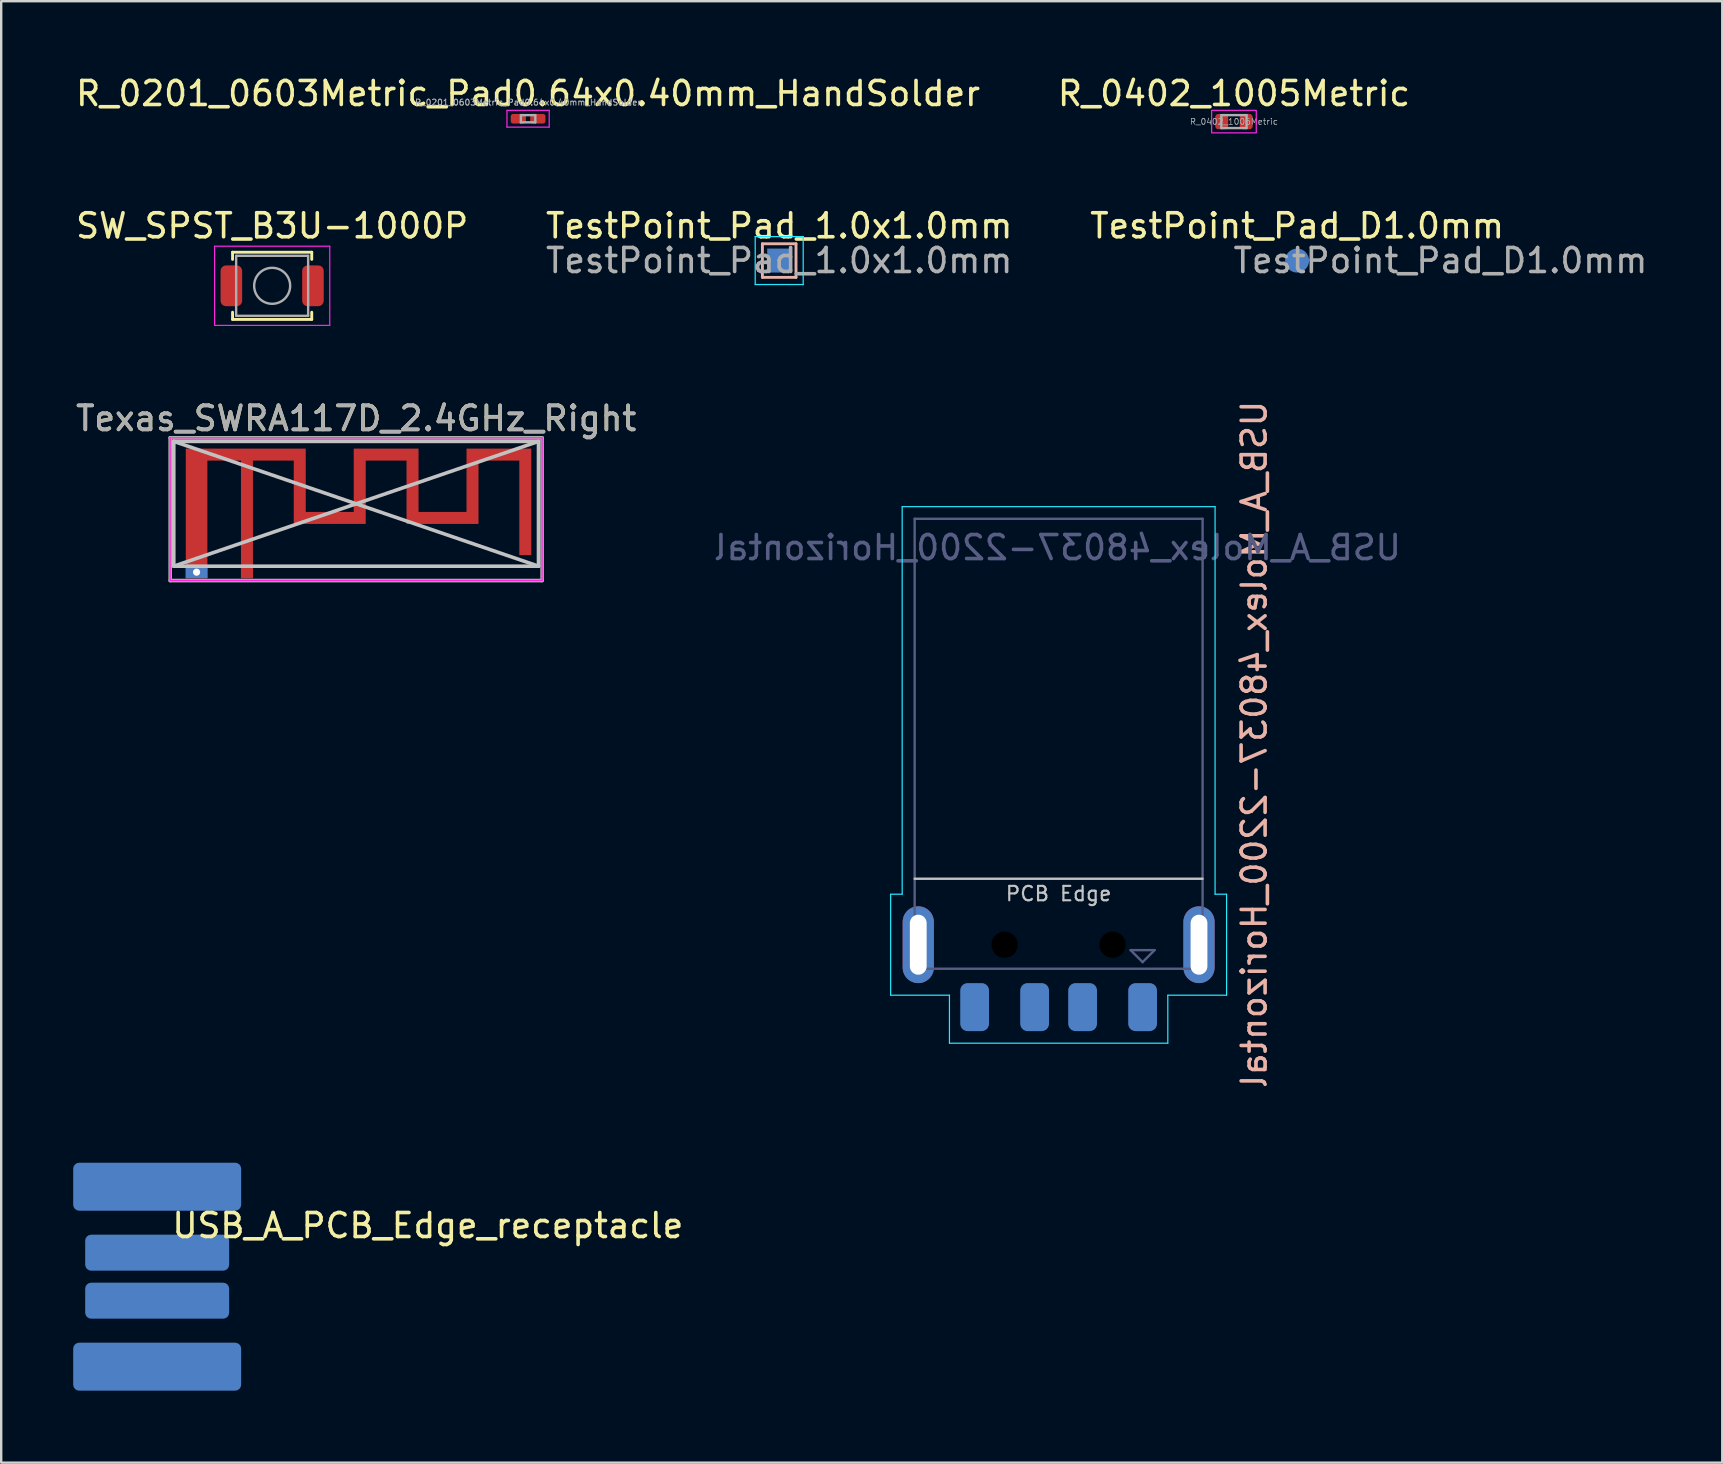
<source format=kicad_pcb>
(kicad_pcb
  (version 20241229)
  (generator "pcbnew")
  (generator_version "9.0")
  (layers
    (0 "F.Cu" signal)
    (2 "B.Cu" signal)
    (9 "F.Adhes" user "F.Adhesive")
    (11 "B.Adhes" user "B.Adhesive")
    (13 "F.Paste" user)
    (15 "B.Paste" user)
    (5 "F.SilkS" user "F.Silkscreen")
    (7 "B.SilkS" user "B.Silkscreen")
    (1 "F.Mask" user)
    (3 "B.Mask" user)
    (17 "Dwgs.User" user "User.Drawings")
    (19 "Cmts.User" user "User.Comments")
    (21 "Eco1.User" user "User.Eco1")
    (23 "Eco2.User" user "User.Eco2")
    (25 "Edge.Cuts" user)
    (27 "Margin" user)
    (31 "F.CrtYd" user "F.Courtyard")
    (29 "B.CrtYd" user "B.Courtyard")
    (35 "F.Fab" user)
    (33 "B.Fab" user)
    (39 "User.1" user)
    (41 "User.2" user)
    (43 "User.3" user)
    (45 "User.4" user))
  (footprint "USB_A_PCB_Edge_receptacle"
    (layer "F.Cu")
    (at 8.25 51.406)
    (property "Reference" "USB_A_PCB_Edge_receptacle" (at 6.53 -3.38 0) (layer "F.SilkS") (effects (font (size 1 1) (thickness 0.15))))
    (attr smd)
    (pad "1" smd roundrect (at -4.75 2.5) (size 7 2) (layers "B.Cu" "B.Mask") (roundrect_rratio 0.125))
    (pad "2" smd roundrect (at -4.75 -0.25) (size 6 1.5) (layers "B.Cu" "B.Mask") (roundrect_rratio 0.167))
    (pad "3" smd roundrect (at -4.75 -2.25) (size 6 1.5) (layers "B.Cu" "B.Mask") (roundrect_rratio 0.167))
    (pad "4" smd roundrect (at -4.75 -5) (size 7 2) (layers "B.Cu" "B.Mask") (roundrect_rratio 0.125)))
  (footprint "Texas_SWRA117D_2.4GHz_Right"
    (layer "F.Cu")
    (at 7.242 20.795)
    (property "Reference" "Texas_SWRA117D_2.4GHz_Right" (at 4.55 -6.41 0) (layer "F.SilkS") (effects (font (size 1 1) (thickness 0.15))))
    (attr exclude_from_pos_files exclude_from_bom)
    (fp_poly (pts (xy 2.45 -2.51) (xy 4.45 -2.51) (xy 4.45 -5.15) (xy 7.15 -5.15) (xy 7.15 -2.51) (xy 9.15 -2.51) (xy 9.15 -5.15) (xy 11.85 -5.15) (xy 11.85 -0.71) (xy 11.35 -0.71) (xy 11.35 -4.65) (xy 9.65 -4.65) (xy 9.65 -2.01) (xy 6.65 -2.01) (xy 6.65 -4.65) (xy 4.95 -4.65) (xy 4.95 -2.01) (xy 1.95 -2.01) (xy 1.95 -4.65) (xy 0.25 -4.65) (xy 0.25 0.25) (xy -0.25 0.25) (xy -0.25 -4.65) (xy -1.65 -4.65) (xy -1.65 0.25) (xy -2.55 0.25) (xy -2.55 0.007) (xy -2.248 0.007) (xy -2.238 0.054) (xy -2.214 0.097) (xy -2.176 0.13) (xy -2.168 0.134) (xy -2.125 0.146) (xy -2.077 0.145) (xy -2.031 0.132) (xy -2.013 0.122) (xy -1.979 0.087) (xy -1.958 0.041) (xy -1.952 -0.008) (xy -1.96 -0.056) (xy -1.977 -0.089) (xy -2.012 -0.121) (xy -2.058 -0.141) (xy -2.107 -0.148) (xy -2.155 -0.14) (xy -2.188 -0.123) (xy -2.223 -0.086) (xy -2.243 -0.042) (xy -2.248 0.007) (xy -2.55 0.007) (xy -2.55 -5.15) (xy 2.45 -5.15) (xy 2.45 -2.51)) (stroke (width 0) (type solid)) (fill yes) (layer "F.Cu"))
    (fp_line (start -3.05 -5.45) (end 12.15 -5.45) (stroke (width 0.15) (type solid)) (layer "Dwgs.User"))
    (fp_line (start -3.05 -5.45) (end 12.15 -0.25) (stroke (width 0.15) (type solid)) (layer "Dwgs.User"))
    (fp_line (start -3.05 -0.25) (end -3.05 -5.45) (stroke (width 0.15) (type solid)) (layer "Dwgs.User"))
    (fp_line (start -3.05 -0.25) (end 12.15 -5.45) (stroke (width 0.15) (type solid)) (layer "Dwgs.User"))
    (fp_line (start -3.05 -0.25) (end 12.15 -0.25) (stroke (width 0.15) (type solid)) (layer "Dwgs.User"))
    (fp_line (start 12.15 -0.25) (end 12.15 -5.45) (stroke (width 0.15) (type solid)) (layer "Dwgs.User"))
    (fp_line (start -3.2 -5.6) (end 12.3 -5.6) (stroke (width 0.05) (type solid)) (layer "F.CrtYd"))
    (fp_line (start -3.2 0.35) (end -3.2 -5.6) (stroke (width 0.05) (type solid)) (layer "F.CrtYd"))
    (fp_line (start 12.3 -5.6) (end 12.3 0.35) (stroke (width 0.05) (type solid)) (layer "F.CrtYd"))
    (fp_line (start 12.3 0.35) (end -3.2 0.35) (stroke (width 0.05) (type solid)) (layer "F.CrtYd"))
    (fp_line (start -3.2 -5.6) (end 12.3 -5.6) (stroke (width 0.15) (type solid)) (layer "F.Fab"))
    (fp_line (start -3.2 0.35) (end -3.2 -5.6) (stroke (width 0.15) (type solid)) (layer "F.Fab"))
    (fp_line (start 12.3 -5.6) (end 12.3 0.35) (stroke (width 0.15) (type solid)) (layer "F.Fab"))
    (fp_line (start 12.3 0.35) (end -3.2 0.35) (stroke (width 0.15) (type solid)) (layer "F.Fab"))
    (fp_text user "${REFERENCE}" (at 4.55 -6.4 0) (layer "F.Fab") (effects (font (size 1 1) (thickness 0.15))))
    (pad "1" connect rect (at 0 0) (size 0.5 0.5) (layers "F.Cu"))
    (pad "2" thru_hole rect (at -2.1 0) (size 0.9 0.5) (drill 0.3) (layers "*.Cu")))
  (footprint "R_0201_0603Metric_Pad0.64x0.40mm_HandSolder"
    (layer "F.Cu")
    (at 18.958 1.898)
    (property "Reference" "R_0201_0603Metric_Pad0.64x0.40mm_HandSolder" (at 0 -1.05 0) (layer "F.SilkS") (effects (font (size 1 1) (thickness 0.15))))
    (attr smd)
    (fp_line (start -0.88 -0.35) (end 0.88 -0.35) (stroke (width 0.05) (type solid)) (layer "F.CrtYd"))
    (fp_line (start -0.88 0.35) (end -0.88 -0.35) (stroke (width 0.05) (type solid)) (layer "F.CrtYd"))
    (fp_line (start 0.88 -0.35) (end 0.88 0.35) (stroke (width 0.05) (type solid)) (layer "F.CrtYd"))
    (fp_line (start 0.88 0.35) (end -0.88 0.35) (stroke (width 0.05) (type solid)) (layer "F.CrtYd"))
    (fp_line (start -0.3 -0.15) (end 0.3 -0.15) (stroke (width 0.1) (type solid)) (layer "F.Fab"))
    (fp_line (start -0.3 0.15) (end -0.3 -0.15) (stroke (width 0.1) (type solid)) (layer "F.Fab"))
    (fp_line (start 0.3 -0.15) (end 0.3 0.15) (stroke (width 0.1) (type solid)) (layer "F.Fab"))
    (fp_line (start 0.3 0.15) (end -0.3 0.15) (stroke (width 0.1) (type solid)) (layer "F.Fab"))
    (fp_text user "${REFERENCE}" (at 0 -0.68 0) (layer "F.Fab") (effects (font (size 0.25 0.25) (thickness 0.04))))
    (pad "" smd roundrect (at -0.432 0) (size 0.458 0.36) (layers "F.Paste") (roundrect_rratio 0.25))
    (pad "" smd roundrect (at 0.432 0) (size 0.458 0.36) (layers "F.Paste") (roundrect_rratio 0.25))
    (pad "1" smd roundrect (at -0.407 0) (size 0.635 0.4) (layers "F.Cu" "F.Mask") (roundrect_rratio 0.25))
    (pad "2" smd roundrect (at 0.407 0) (size 0.635 0.4) (layers "F.Cu" "F.Mask") (roundrect_rratio 0.25)))
  (footprint "SW_SPST_B3U-1000P"
    (layer "F.Cu")
    (at 8.292 8.861)
    (property "Reference" "SW_SPST_B3U-1000P" (at 0 -2.5 0) (layer "F.SilkS") (effects (font (size 1 1) (thickness 0.15))))
    (attr smd)
    (fp_line (start -1.65 -1.4) (end 1.65 -1.4) (stroke (width 0.12) (type solid)) (layer "F.SilkS"))
    (fp_line (start -1.65 -1.1) (end -1.65 -1.4) (stroke (width 0.12) (type solid)) (layer "F.SilkS"))
    (fp_line (start -1.65 1.1) (end -1.65 1.4) (stroke (width 0.12) (type solid)) (layer "F.SilkS"))
    (fp_line (start -1.65 1.4) (end 1.65 1.4) (stroke (width 0.12) (type solid)) (layer "F.SilkS"))
    (fp_line (start 1.65 -1.4) (end 1.65 -1.1) (stroke (width 0.12) (type solid)) (layer "F.SilkS"))
    (fp_line (start 1.65 1.4) (end 1.65 1.1) (stroke (width 0.12) (type solid)) (layer "F.SilkS"))
    (fp_line (start -2.4 -1.65) (end -2.4 1.65) (stroke (width 0.05) (type solid)) (layer "F.CrtYd"))
    (fp_line (start -2.4 1.65) (end 2.4 1.65) (stroke (width 0.05) (type solid)) (layer "F.CrtYd"))
    (fp_line (start 2.4 -1.65) (end -2.4 -1.65) (stroke (width 0.05) (type solid)) (layer "F.CrtYd"))
    (fp_line (start 2.4 1.65) (end 2.4 -1.65) (stroke (width 0.05) (type solid)) (layer "F.CrtYd"))
    (fp_line (start -1.5 -1.25) (end 1.5 -1.25) (stroke (width 0.1) (type solid)) (layer "F.Fab"))
    (fp_line (start -1.5 1.25) (end -1.5 -1.25) (stroke (width 0.1) (type solid)) (layer "F.Fab"))
    (fp_line (start 1.5 -1.25) (end 1.5 1.25) (stroke (width 0.1) (type solid)) (layer "F.Fab"))
    (fp_line (start 1.5 1.25) (end -1.5 1.25) (stroke (width 0.1) (type solid)) (layer "F.Fab"))
    (fp_circle (center 0 0) (end 0.75 0) (stroke (width 0.1) (type solid)) (fill no) (layer "F.Fab"))
    (pad "1" smd roundrect (at -1.7 0) (size 0.9 1.7) (layers "F.Cu" "F.Mask" "F.Paste") (roundrect_rratio 0.25))
    (pad "2" smd roundrect (at 1.7 0) (size 0.9 1.7) (layers "F.Cu" "F.Mask" "F.Paste") (roundrect_rratio 0.25)))
  (footprint "USB_A_Molex_48037-2200_Horizontal"
    (layer "F.Cu")
    (at 40.993 28.921)
    (property "Reference" "USB_A_Molex_48037-2200_Horizontal" (at 8.225 -0.95 270) (layer "B.SilkS") (effects (font (size 1 1) (thickness 0.15)) (justify mirror)))
    (attr smd)
    (fp_line (start 6.075 4.65) (end -5.925 4.65) (stroke (width 0.1) (type solid)) (layer "Dwgs.User"))
    (fp_line (start -6.925 5.295) (end -6.445 5.295) (stroke (width 0.05) (type solid)) (layer "B.CrtYd"))
    (fp_line (start -6.925 9.505) (end -6.925 5.295) (stroke (width 0.05) (type solid)) (layer "B.CrtYd"))
    (fp_line (start -6.445 -10.855) (end 6.595 -10.855) (stroke (width 0.05) (type solid)) (layer "B.CrtYd"))
    (fp_line (start -6.445 5.295) (end -6.445 -10.855) (stroke (width 0.05) (type solid)) (layer "B.CrtYd"))
    (fp_line (start -4.475 9.505) (end -6.925 9.505) (stroke (width 0.05) (type solid)) (layer "B.CrtYd"))
    (fp_line (start -4.475 11.505) (end -4.475 9.505) (stroke (width 0.05) (type solid)) (layer "B.CrtYd"))
    (fp_line (start -4.475 11.505) (end 4.625 11.505) (stroke (width 0.05) (type solid)) (layer "B.CrtYd"))
    (fp_line (start 4.625 11.505) (end 4.625 9.505) (stroke (width 0.05) (type solid)) (layer "B.CrtYd"))
    (fp_line (start 6.595 5.295) (end 6.595 -10.855) (stroke (width 0.05) (type solid)) (layer "B.CrtYd"))
    (fp_line (start 6.595 5.295) (end 7.075 5.295) (stroke (width 0.05) (type solid)) (layer "B.CrtYd"))
    (fp_line (start 7.075 9.505) (end 4.625 9.505) (stroke (width 0.05) (type solid)) (layer "B.CrtYd"))
    (fp_line (start 7.075 9.505) (end 7.075 5.295) (stroke (width 0.05) (type solid)) (layer "B.CrtYd"))
    (fp_line (start -5.925 8.4) (end -5.925 -10.35) (stroke (width 0.1) (type solid)) (layer "B.Fab"))
    (fp_line (start 3.575 8.125) (end 3.075 7.625) (stroke (width 0.1) (type solid)) (layer "B.Fab"))
    (fp_line (start 3.575 8.125) (end 4.075 7.625) (stroke (width 0.1) (type solid)) (layer "B.Fab"))
    (fp_line (start 4.075 7.625) (end 3.075 7.625) (stroke (width 0.1) (type solid)) (layer "B.Fab"))
    (fp_line (start 6.075 -10.35) (end -5.925 -10.35) (stroke (width 0.1) (type solid)) (layer "B.Fab"))
    (fp_line (start 6.075 8.4) (end -5.925 8.4) (stroke (width 0.1) (type solid)) (layer "B.Fab"))
    (fp_line (start 6.075 8.4) (end 6.075 -10.35) (stroke (width 0.1) (type solid)) (layer "B.Fab"))
    (fp_text user "PCB Edge" (at 0.075 5.275 180) (layer "Dwgs.User") (effects (font (size 0.6 0.6) (thickness 0.09))))
    (fp_text user "${REFERENCE}" (at 0.025 -9.15 180) (layer "B.Fab") (effects (font (size 1 1) (thickness 0.15)) (justify mirror)))
    (pad "" np_thru_hole circle (at -2.175 7.4 270) (size 1.1 1.1) (drill 1.1) (layers "*.Mask"))
    (pad "" np_thru_hole circle (at 2.325 7.4 270) (size 1.1 1.1) (drill 1.1) (layers "*.Mask"))
    (pad "1" smd roundrect (at 3.575 10 270) (size 2 1.2) (layers "B.Cu" "B.Mask" "B.Paste") (roundrect_rratio 0.25))
    (pad "2" smd roundrect (at 1.075 10 270) (size 2 1.2) (layers "B.Cu" "B.Mask" "B.Paste") (roundrect_rratio 0.25))
    (pad "3" smd roundrect (at -0.925 10 270) (size 2 1.2) (layers "B.Cu" "B.Mask" "B.Paste") (roundrect_rratio 0.25))
    (pad "4" smd roundrect (at -3.425 10 270) (size 2 1.2) (layers "B.Cu" "B.Mask" "B.Paste") (roundrect_rratio 0.25))
    (pad "5" thru_hole oval (at -5.775 7.4 270) (size 3.2 1.3) (drill oval 2.5 0.7) (property pad_prop_heatsink) (layers "*.Cu" "*.Mask"))
    (pad "5" thru_hole oval (at 5.925 7.4 270) (size 3.2 1.3) (drill oval 2.5 0.7) (property pad_prop_heatsink) (layers "*.Cu" "*.Mask")))
  (footprint "R_0402_1005Metric"
    (layer "F.Cu")
    (at 48.375 2.018)
    (property "Reference" "R_0402_1005Metric" (at 0 -1.17 0) (layer "F.SilkS") (effects (font (size 1 1) (thickness 0.15))))
    (attr smd)
    (fp_rect (start -0.93 -0.47) (end 0.93 0.47) (stroke (width 0.05) (type solid)) (fill no) (layer "F.CrtYd"))
    (fp_line (start -0.525 -0.27) (end 0.525 -0.27) (stroke (width 0.1) (type solid)) (layer "F.Fab"))
    (fp_line (start -0.525 0.27) (end -0.525 -0.27) (stroke (width 0.1) (type solid)) (layer "F.Fab"))
    (fp_line (start 0.525 -0.27) (end 0.525 0.27) (stroke (width 0.1) (type solid)) (layer "F.Fab"))
    (fp_line (start 0.525 0.27) (end -0.525 0.27) (stroke (width 0.1) (type solid)) (layer "F.Fab"))
    (fp_text user "${REFERENCE}" (at 0 0 0) (layer "F.Fab") (effects (font (size 0.25 0.25) (thickness 0.031))))
    (pad "1" smd roundrect (at -0.51 0) (size 0.54 0.64) (layers "F.Cu" "F.Mask" "F.Paste") (roundrect_rratio 0.25))
    (pad "2" smd roundrect (at 0.51 0) (size 0.54 0.64) (layers "F.Cu" "F.Mask" "F.Paste") (roundrect_rratio 0.25)))
  (footprint "TestPoint_Pad_1.0x1.0mm"
    (layer "F.Cu")
    (at 29.423 7.809)
    (property "Reference" "TestPoint_Pad_1.0x1.0mm" (at 0 -1.448 0) (layer "F.SilkS") (effects (font (size 1 1) (thickness 0.15))))
    (attr exclude_from_pos_files exclude_from_bom)
    (fp_line (start -0.7 -0.7) (end -0.7 0.7) (stroke (width 0.12) (type solid)) (layer "B.SilkS"))
    (fp_line (start -0.7 0.7) (end 0.7 0.7) (stroke (width 0.12) (type solid)) (layer "B.SilkS"))
    (fp_line (start 0.7 -0.7) (end -0.7 -0.7) (stroke (width 0.12) (type solid)) (layer "B.SilkS"))
    (fp_line (start 0.7 0.7) (end 0.7 -0.7) (stroke (width 0.12) (type solid)) (layer "B.SilkS"))
    (fp_line (start -1 1) (end -1 -1) (stroke (width 0.05) (type solid)) (layer "B.CrtYd"))
    (fp_line (start -1 1) (end 1 1) (stroke (width 0.05) (type solid)) (layer "B.CrtYd"))
    (fp_line (start 1 -1) (end -1 -1) (stroke (width 0.05) (type solid)) (layer "B.CrtYd"))
    (fp_line (start 1 -1) (end 1 1) (stroke (width 0.05) (type solid)) (layer "B.CrtYd"))
    (fp_text user "${REFERENCE}" (at 0 0 0) (layer "F.Fab") (effects (font (size 1 1) (thickness 0.15))))
    (pad "1" smd rect (at 0 0) (size 1 1) (layers "B.Cu" "B.Mask")))
  (footprint "TestPoint_Pad_D1.0mm"
    (layer "F.Cu")
    (at 51.006 7.809)
    (property "Reference" "TestPoint_Pad_D1.0mm" (at 0 -1.448 0) (layer "F.SilkS") (effects (font (size 1 1) (thickness 0.15))))
    (attr exclude_from_pos_files exclude_from_bom)
    (fp_text user "${REFERENCE}" (at 5.975 0 0) (layer "F.Fab") (effects (font (size 1 1) (thickness 0.15))))
    (pad "1" smd circle (at 0 0) (size 1 1) (layers "B.Cu" "B.Mask")))
  (gr_rect
    (start -3 -3)
    (end 68.725 57.906)
    (stroke (width 0.1) (type default))
    (fill no)
    (layer "Edge.Cuts")))
</source>
